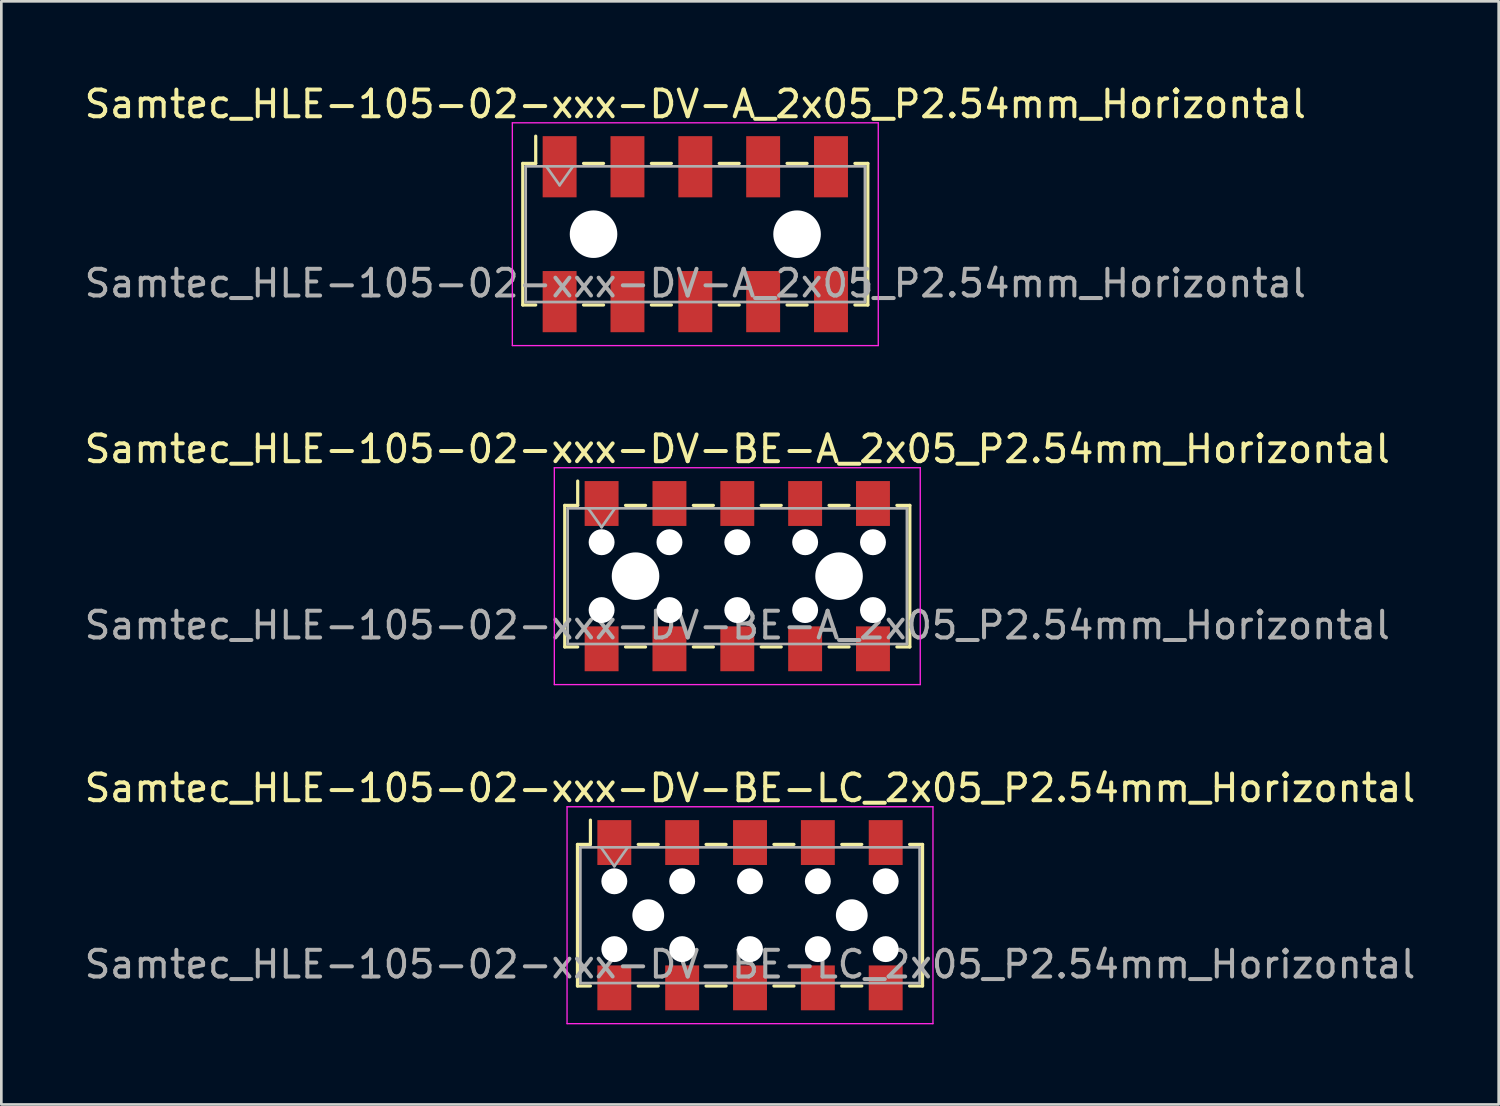
<source format=kicad_pcb>
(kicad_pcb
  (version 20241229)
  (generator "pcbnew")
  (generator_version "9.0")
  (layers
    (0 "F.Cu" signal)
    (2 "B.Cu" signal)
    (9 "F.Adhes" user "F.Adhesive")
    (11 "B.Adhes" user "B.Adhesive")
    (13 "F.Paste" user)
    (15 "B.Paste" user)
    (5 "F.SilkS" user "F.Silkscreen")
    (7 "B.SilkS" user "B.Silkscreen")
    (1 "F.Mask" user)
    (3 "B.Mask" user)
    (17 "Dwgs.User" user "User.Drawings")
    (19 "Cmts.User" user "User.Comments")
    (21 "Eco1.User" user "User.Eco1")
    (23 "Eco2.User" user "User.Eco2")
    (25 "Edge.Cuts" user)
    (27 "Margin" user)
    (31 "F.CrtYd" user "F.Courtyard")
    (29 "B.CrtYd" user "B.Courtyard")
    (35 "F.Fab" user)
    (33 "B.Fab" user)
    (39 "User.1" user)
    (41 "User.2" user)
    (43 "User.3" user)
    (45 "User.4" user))
  (footprint "Samtec_HLE-105-02-xxx-DV-BE-A_2x05_P2.54mm_Horizontal"
    (layer "F.Cu")
    (at 24.554 18.521)
    (property "Reference" "Samtec_HLE-105-02-xxx-DV-BE-A_2x05_P2.54mm_Horizontal" (at 0 -4.76 0) (layer "F.SilkS") (effects (font (size 1 1) (thickness 0.15))))
    (attr smd)
    (fp_line (start -6.46 -2.65) (end -6.46 2.65) (stroke (width 0.12) (type solid)) (layer "F.SilkS"))
    (fp_line (start -6.46 2.65) (end -5.975 2.65) (stroke (width 0.12) (type solid)) (layer "F.SilkS"))
    (fp_line (start -5.975 -3.56) (end -5.975 -2.65) (stroke (width 0.12) (type solid)) (layer "F.SilkS"))
    (fp_line (start -5.975 -2.65) (end -6.46 -2.65) (stroke (width 0.12) (type solid)) (layer "F.SilkS"))
    (fp_line (start -4.185 -2.65) (end -3.435 -2.65) (stroke (width 0.12) (type solid)) (layer "F.SilkS"))
    (fp_line (start -4.185 2.65) (end -3.435 2.65) (stroke (width 0.12) (type solid)) (layer "F.SilkS"))
    (fp_line (start -1.645 -2.65) (end -0.895 -2.65) (stroke (width 0.12) (type solid)) (layer "F.SilkS"))
    (fp_line (start -1.645 2.65) (end -0.895 2.65) (stroke (width 0.12) (type solid)) (layer "F.SilkS"))
    (fp_line (start 0.895 -2.65) (end 1.645 -2.65) (stroke (width 0.12) (type solid)) (layer "F.SilkS"))
    (fp_line (start 0.895 2.65) (end 1.645 2.65) (stroke (width 0.12) (type solid)) (layer "F.SilkS"))
    (fp_line (start 3.435 -2.65) (end 4.185 -2.65) (stroke (width 0.12) (type solid)) (layer "F.SilkS"))
    (fp_line (start 3.435 2.65) (end 4.185 2.65) (stroke (width 0.12) (type solid)) (layer "F.SilkS"))
    (fp_line (start 5.975 -2.65) (end 6.46 -2.65) (stroke (width 0.12) (type solid)) (layer "F.SilkS"))
    (fp_line (start 6.46 -2.65) (end 6.46 2.65) (stroke (width 0.12) (type solid)) (layer "F.SilkS"))
    (fp_line (start 6.46 2.65) (end 5.975 2.65) (stroke (width 0.12) (type solid)) (layer "F.SilkS"))
    (fp_line (start -6.85 -4.06) (end 6.85 -4.06) (stroke (width 0.05) (type solid)) (layer "F.CrtYd"))
    (fp_line (start -6.85 4.06) (end -6.85 -4.06) (stroke (width 0.05) (type solid)) (layer "F.CrtYd"))
    (fp_line (start 6.85 -4.06) (end 6.85 4.06) (stroke (width 0.05) (type solid)) (layer "F.CrtYd"))
    (fp_line (start 6.85 4.06) (end -6.85 4.06) (stroke (width 0.05) (type solid)) (layer "F.CrtYd"))
    (fp_line (start -6.35 -2.54) (end 6.35 -2.54) (stroke (width 0.1) (type solid)) (layer "F.Fab"))
    (fp_line (start -6.35 2.54) (end -6.35 -2.54) (stroke (width 0.1) (type solid)) (layer "F.Fab"))
    (fp_line (start -5.58 -2.54) (end -5.08 -1.833) (stroke (width 0.1) (type solid)) (layer "F.Fab"))
    (fp_line (start -5.08 -1.833) (end -4.58 -2.54) (stroke (width 0.1) (type solid)) (layer "F.Fab"))
    (fp_line (start 6.35 -2.54) (end 6.35 2.54) (stroke (width 0.1) (type solid)) (layer "F.Fab"))
    (fp_line (start 6.35 2.54) (end -6.35 2.54) (stroke (width 0.1) (type solid)) (layer "F.Fab"))
    (fp_text user "${REFERENCE}" (at 0 1.84 0) (layer "F.Fab") (effects (font (size 1 1) (thickness 0.15))))
    (pad "" np_thru_hole circle (at -5.08 -1.27) (size 0.97 0.97) (drill 0.97) (layers "*.Cu" "*.Mask"))
    (pad "" np_thru_hole circle (at -5.08 1.27) (size 0.97 0.97) (drill 0.97) (layers "*.Cu" "*.Mask"))
    (pad "" np_thru_hole circle (at -3.81 0) (size 1.78 1.78) (drill 1.78) (layers "*.Cu" "*.Mask"))
    (pad "" np_thru_hole circle (at -2.54 -1.27) (size 0.97 0.97) (drill 0.97) (layers "*.Cu" "*.Mask"))
    (pad "" np_thru_hole circle (at -2.54 1.27) (size 0.97 0.97) (drill 0.97) (layers "*.Cu" "*.Mask"))
    (pad "" np_thru_hole circle (at 0 -1.27) (size 0.97 0.97) (drill 0.97) (layers "*.Cu" "*.Mask"))
    (pad "" np_thru_hole circle (at 0 1.27) (size 0.97 0.97) (drill 0.97) (layers "*.Cu" "*.Mask"))
    (pad "" np_thru_hole circle (at 2.54 -1.27) (size 0.97 0.97) (drill 0.97) (layers "*.Cu" "*.Mask"))
    (pad "" np_thru_hole circle (at 2.54 1.27) (size 0.97 0.97) (drill 0.97) (layers "*.Cu" "*.Mask"))
    (pad "" np_thru_hole circle (at 3.81 0) (size 1.78 1.78) (drill 1.78) (layers "*.Cu" "*.Mask"))
    (pad "" np_thru_hole circle (at 5.08 -1.27) (size 0.97 0.97) (drill 0.97) (layers "*.Cu" "*.Mask"))
    (pad "" np_thru_hole circle (at 5.08 1.27) (size 0.97 0.97) (drill 0.97) (layers "*.Cu" "*.Mask"))
    (pad "1" smd rect (at -5.08 -2.72) (size 1.27 1.68) (layers "F.Cu" "F.Mask" "F.Paste"))
    (pad "2" smd rect (at -5.08 2.72) (size 1.27 1.68) (layers "F.Cu" "F.Mask" "F.Paste"))
    (pad "3" smd rect (at -2.54 -2.72) (size 1.27 1.68) (layers "F.Cu" "F.Mask" "F.Paste"))
    (pad "4" smd rect (at -2.54 2.72) (size 1.27 1.68) (layers "F.Cu" "F.Mask" "F.Paste"))
    (pad "5" smd rect (at 0 -2.72) (size 1.27 1.68) (layers "F.Cu" "F.Mask" "F.Paste"))
    (pad "6" smd rect (at 0 2.72) (size 1.27 1.68) (layers "F.Cu" "F.Mask" "F.Paste"))
    (pad "7" smd rect (at 2.54 -2.72) (size 1.27 1.68) (layers "F.Cu" "F.Mask" "F.Paste"))
    (pad "8" smd rect (at 2.54 2.72) (size 1.27 1.68) (layers "F.Cu" "F.Mask" "F.Paste"))
    (pad "9" smd rect (at 5.08 -2.72) (size 1.27 1.68) (layers "F.Cu" "F.Mask" "F.Paste"))
    (pad "10" smd rect (at 5.08 2.72) (size 1.27 1.68) (layers "F.Cu" "F.Mask" "F.Paste")))
  (footprint "Samtec_HLE-105-02-xxx-DV-A_2x05_P2.54mm_Horizontal"
    (layer "F.Cu")
    (at 22.982 5.718)
    (property "Reference" "Samtec_HLE-105-02-xxx-DV-A_2x05_P2.54mm_Horizontal" (at 0 -4.87 0) (layer "F.SilkS") (effects (font (size 1 1) (thickness 0.15))))
    (attr smd)
    (fp_line (start -6.46 -2.65) (end -6.46 2.65) (stroke (width 0.12) (type solid)) (layer "F.SilkS"))
    (fp_line (start -6.46 2.65) (end -5.975 2.65) (stroke (width 0.12) (type solid)) (layer "F.SilkS"))
    (fp_line (start -5.975 -3.67) (end -5.975 -2.65) (stroke (width 0.12) (type solid)) (layer "F.SilkS"))
    (fp_line (start -5.975 -2.65) (end -6.46 -2.65) (stroke (width 0.12) (type solid)) (layer "F.SilkS"))
    (fp_line (start -4.185 -2.65) (end -3.435 -2.65) (stroke (width 0.12) (type solid)) (layer "F.SilkS"))
    (fp_line (start -4.185 2.65) (end -3.435 2.65) (stroke (width 0.12) (type solid)) (layer "F.SilkS"))
    (fp_line (start -1.645 -2.65) (end -0.895 -2.65) (stroke (width 0.12) (type solid)) (layer "F.SilkS"))
    (fp_line (start -1.645 2.65) (end -0.895 2.65) (stroke (width 0.12) (type solid)) (layer "F.SilkS"))
    (fp_line (start 0.895 -2.65) (end 1.645 -2.65) (stroke (width 0.12) (type solid)) (layer "F.SilkS"))
    (fp_line (start 0.895 2.65) (end 1.645 2.65) (stroke (width 0.12) (type solid)) (layer "F.SilkS"))
    (fp_line (start 3.435 -2.65) (end 4.185 -2.65) (stroke (width 0.12) (type solid)) (layer "F.SilkS"))
    (fp_line (start 3.435 2.65) (end 4.185 2.65) (stroke (width 0.12) (type solid)) (layer "F.SilkS"))
    (fp_line (start 5.975 -2.65) (end 6.46 -2.65) (stroke (width 0.12) (type solid)) (layer "F.SilkS"))
    (fp_line (start 6.46 -2.65) (end 6.46 2.65) (stroke (width 0.12) (type solid)) (layer "F.SilkS"))
    (fp_line (start 6.46 2.65) (end 5.975 2.65) (stroke (width 0.12) (type solid)) (layer "F.SilkS"))
    (fp_line (start -6.85 -4.17) (end 6.85 -4.17) (stroke (width 0.05) (type solid)) (layer "F.CrtYd"))
    (fp_line (start -6.85 4.17) (end -6.85 -4.17) (stroke (width 0.05) (type solid)) (layer "F.CrtYd"))
    (fp_line (start 6.85 -4.17) (end 6.85 4.17) (stroke (width 0.05) (type solid)) (layer "F.CrtYd"))
    (fp_line (start 6.85 4.17) (end -6.85 4.17) (stroke (width 0.05) (type solid)) (layer "F.CrtYd"))
    (fp_line (start -6.35 -2.54) (end 6.35 -2.54) (stroke (width 0.1) (type solid)) (layer "F.Fab"))
    (fp_line (start -6.35 2.54) (end -6.35 -2.54) (stroke (width 0.1) (type solid)) (layer "F.Fab"))
    (fp_line (start -5.58 -2.54) (end -5.08 -1.833) (stroke (width 0.1) (type solid)) (layer "F.Fab"))
    (fp_line (start -5.08 -1.833) (end -4.58 -2.54) (stroke (width 0.1) (type solid)) (layer "F.Fab"))
    (fp_line (start 6.35 -2.54) (end 6.35 2.54) (stroke (width 0.1) (type solid)) (layer "F.Fab"))
    (fp_line (start 6.35 2.54) (end -6.35 2.54) (stroke (width 0.1) (type solid)) (layer "F.Fab"))
    (fp_text user "${REFERENCE}" (at 0 1.84 0) (layer "F.Fab") (effects (font (size 1 1) (thickness 0.15))))
    (pad "" np_thru_hole circle (at -3.81 0) (size 1.78 1.78) (drill 1.78) (layers "*.Cu" "*.Mask"))
    (pad "" np_thru_hole circle (at 3.81 0) (size 1.78 1.78) (drill 1.78) (layers "*.Cu" "*.Mask"))
    (pad "1" smd rect (at -5.08 -2.525) (size 1.27 2.29) (layers "F.Cu" "F.Mask" "F.Paste"))
    (pad "2" smd rect (at -5.08 2.525) (size 1.27 2.29) (layers "F.Cu" "F.Mask" "F.Paste"))
    (pad "3" smd rect (at -2.54 -2.525) (size 1.27 2.29) (layers "F.Cu" "F.Mask" "F.Paste"))
    (pad "4" smd rect (at -2.54 2.525) (size 1.27 2.29) (layers "F.Cu" "F.Mask" "F.Paste"))
    (pad "5" smd rect (at 0 -2.525) (size 1.27 2.29) (layers "F.Cu" "F.Mask" "F.Paste"))
    (pad "6" smd rect (at 0 2.525) (size 1.27 2.29) (layers "F.Cu" "F.Mask" "F.Paste"))
    (pad "7" smd rect (at 2.54 -2.525) (size 1.27 2.29) (layers "F.Cu" "F.Mask" "F.Paste"))
    (pad "8" smd rect (at 2.54 2.525) (size 1.27 2.29) (layers "F.Cu" "F.Mask" "F.Paste"))
    (pad "9" smd rect (at 5.08 -2.525) (size 1.27 2.29) (layers "F.Cu" "F.Mask" "F.Paste"))
    (pad "10" smd rect (at 5.08 2.525) (size 1.27 2.29) (layers "F.Cu" "F.Mask" "F.Paste")))
  (footprint "Samtec_HLE-105-02-xxx-DV-BE-LC_2x05_P2.54mm_Horizontal"
    (layer "F.Cu")
    (at 25.03 31.215)
    (property "Reference" "Samtec_HLE-105-02-xxx-DV-BE-LC_2x05_P2.54mm_Horizontal" (at 0 -4.76 0) (layer "F.SilkS") (effects (font (size 1 1) (thickness 0.15))))
    (attr smd)
    (fp_line (start -6.46 -2.65) (end -6.46 2.65) (stroke (width 0.12) (type solid)) (layer "F.SilkS"))
    (fp_line (start -6.46 2.65) (end -5.975 2.65) (stroke (width 0.12) (type solid)) (layer "F.SilkS"))
    (fp_line (start -5.975 -3.56) (end -5.975 -2.65) (stroke (width 0.12) (type solid)) (layer "F.SilkS"))
    (fp_line (start -5.975 -2.65) (end -6.46 -2.65) (stroke (width 0.12) (type solid)) (layer "F.SilkS"))
    (fp_line (start -4.185 -2.65) (end -3.435 -2.65) (stroke (width 0.12) (type solid)) (layer "F.SilkS"))
    (fp_line (start -4.185 2.65) (end -3.435 2.65) (stroke (width 0.12) (type solid)) (layer "F.SilkS"))
    (fp_line (start -1.645 -2.65) (end -0.895 -2.65) (stroke (width 0.12) (type solid)) (layer "F.SilkS"))
    (fp_line (start -1.645 2.65) (end -0.895 2.65) (stroke (width 0.12) (type solid)) (layer "F.SilkS"))
    (fp_line (start 0.895 -2.65) (end 1.645 -2.65) (stroke (width 0.12) (type solid)) (layer "F.SilkS"))
    (fp_line (start 0.895 2.65) (end 1.645 2.65) (stroke (width 0.12) (type solid)) (layer "F.SilkS"))
    (fp_line (start 3.435 -2.65) (end 4.185 -2.65) (stroke (width 0.12) (type solid)) (layer "F.SilkS"))
    (fp_line (start 3.435 2.65) (end 4.185 2.65) (stroke (width 0.12) (type solid)) (layer "F.SilkS"))
    (fp_line (start 5.975 -2.65) (end 6.46 -2.65) (stroke (width 0.12) (type solid)) (layer "F.SilkS"))
    (fp_line (start 6.46 -2.65) (end 6.46 2.65) (stroke (width 0.12) (type solid)) (layer "F.SilkS"))
    (fp_line (start 6.46 2.65) (end 5.975 2.65) (stroke (width 0.12) (type solid)) (layer "F.SilkS"))
    (fp_line (start -6.85 -4.06) (end 6.85 -4.06) (stroke (width 0.05) (type solid)) (layer "F.CrtYd"))
    (fp_line (start -6.85 4.06) (end -6.85 -4.06) (stroke (width 0.05) (type solid)) (layer "F.CrtYd"))
    (fp_line (start 6.85 -4.06) (end 6.85 4.06) (stroke (width 0.05) (type solid)) (layer "F.CrtYd"))
    (fp_line (start 6.85 4.06) (end -6.85 4.06) (stroke (width 0.05) (type solid)) (layer "F.CrtYd"))
    (fp_line (start -6.35 -2.54) (end 6.35 -2.54) (stroke (width 0.1) (type solid)) (layer "F.Fab"))
    (fp_line (start -6.35 2.54) (end -6.35 -2.54) (stroke (width 0.1) (type solid)) (layer "F.Fab"))
    (fp_line (start -5.58 -2.54) (end -5.08 -1.833) (stroke (width 0.1) (type solid)) (layer "F.Fab"))
    (fp_line (start -5.08 -1.833) (end -4.58 -2.54) (stroke (width 0.1) (type solid)) (layer "F.Fab"))
    (fp_line (start 6.35 -2.54) (end 6.35 2.54) (stroke (width 0.1) (type solid)) (layer "F.Fab"))
    (fp_line (start 6.35 2.54) (end -6.35 2.54) (stroke (width 0.1) (type solid)) (layer "F.Fab"))
    (fp_text user "${REFERENCE}" (at 0 1.84 0) (layer "F.Fab") (effects (font (size 1 1) (thickness 0.15))))
    (pad "" np_thru_hole circle (at -5.08 -1.27) (size 0.97 0.97) (drill 0.97) (layers "*.Cu" "*.Mask"))
    (pad "" np_thru_hole circle (at -5.08 1.27) (size 0.97 0.97) (drill 0.97) (layers "*.Cu" "*.Mask"))
    (pad "" np_thru_hole circle (at -3.81 0) (size 1.19 1.19) (drill 1.19) (layers "*.Cu" "*.Mask"))
    (pad "" np_thru_hole circle (at -2.54 -1.27) (size 0.97 0.97) (drill 0.97) (layers "*.Cu" "*.Mask"))
    (pad "" np_thru_hole circle (at -2.54 1.27) (size 0.97 0.97) (drill 0.97) (layers "*.Cu" "*.Mask"))
    (pad "" np_thru_hole circle (at 0 -1.27) (size 0.97 0.97) (drill 0.97) (layers "*.Cu" "*.Mask"))
    (pad "" np_thru_hole circle (at 0 1.27) (size 0.97 0.97) (drill 0.97) (layers "*.Cu" "*.Mask"))
    (pad "" np_thru_hole circle (at 2.54 -1.27) (size 0.97 0.97) (drill 0.97) (layers "*.Cu" "*.Mask"))
    (pad "" np_thru_hole circle (at 2.54 1.27) (size 0.97 0.97) (drill 0.97) (layers "*.Cu" "*.Mask"))
    (pad "" np_thru_hole circle (at 3.81 0) (size 1.19 1.19) (drill 1.19) (layers "*.Cu" "*.Mask"))
    (pad "" np_thru_hole circle (at 5.08 -1.27) (size 0.97 0.97) (drill 0.97) (layers "*.Cu" "*.Mask"))
    (pad "" np_thru_hole circle (at 5.08 1.27) (size 0.97 0.97) (drill 0.97) (layers "*.Cu" "*.Mask"))
    (pad "1" smd rect (at -5.08 -2.72) (size 1.27 1.68) (layers "F.Cu" "F.Mask" "F.Paste"))
    (pad "2" smd rect (at -5.08 2.72) (size 1.27 1.68) (layers "F.Cu" "F.Mask" "F.Paste"))
    (pad "3" smd rect (at -2.54 -2.72) (size 1.27 1.68) (layers "F.Cu" "F.Mask" "F.Paste"))
    (pad "4" smd rect (at -2.54 2.72) (size 1.27 1.68) (layers "F.Cu" "F.Mask" "F.Paste"))
    (pad "5" smd rect (at 0 -2.72) (size 1.27 1.68) (layers "F.Cu" "F.Mask" "F.Paste"))
    (pad "6" smd rect (at 0 2.72) (size 1.27 1.68) (layers "F.Cu" "F.Mask" "F.Paste"))
    (pad "7" smd rect (at 2.54 -2.72) (size 1.27 1.68) (layers "F.Cu" "F.Mask" "F.Paste"))
    (pad "8" smd rect (at 2.54 2.72) (size 1.27 1.68) (layers "F.Cu" "F.Mask" "F.Paste"))
    (pad "9" smd rect (at 5.08 -2.72) (size 1.27 1.68) (layers "F.Cu" "F.Mask" "F.Paste"))
    (pad "10" smd rect (at 5.08 2.72) (size 1.27 1.68) (layers "F.Cu" "F.Mask" "F.Paste")))
  (gr_rect
    (start -3 -3)
    (end 53.06 38.3)
    (stroke (width 0.1) (type default))
    (fill no)
    (layer "Edge.Cuts")))
</source>
